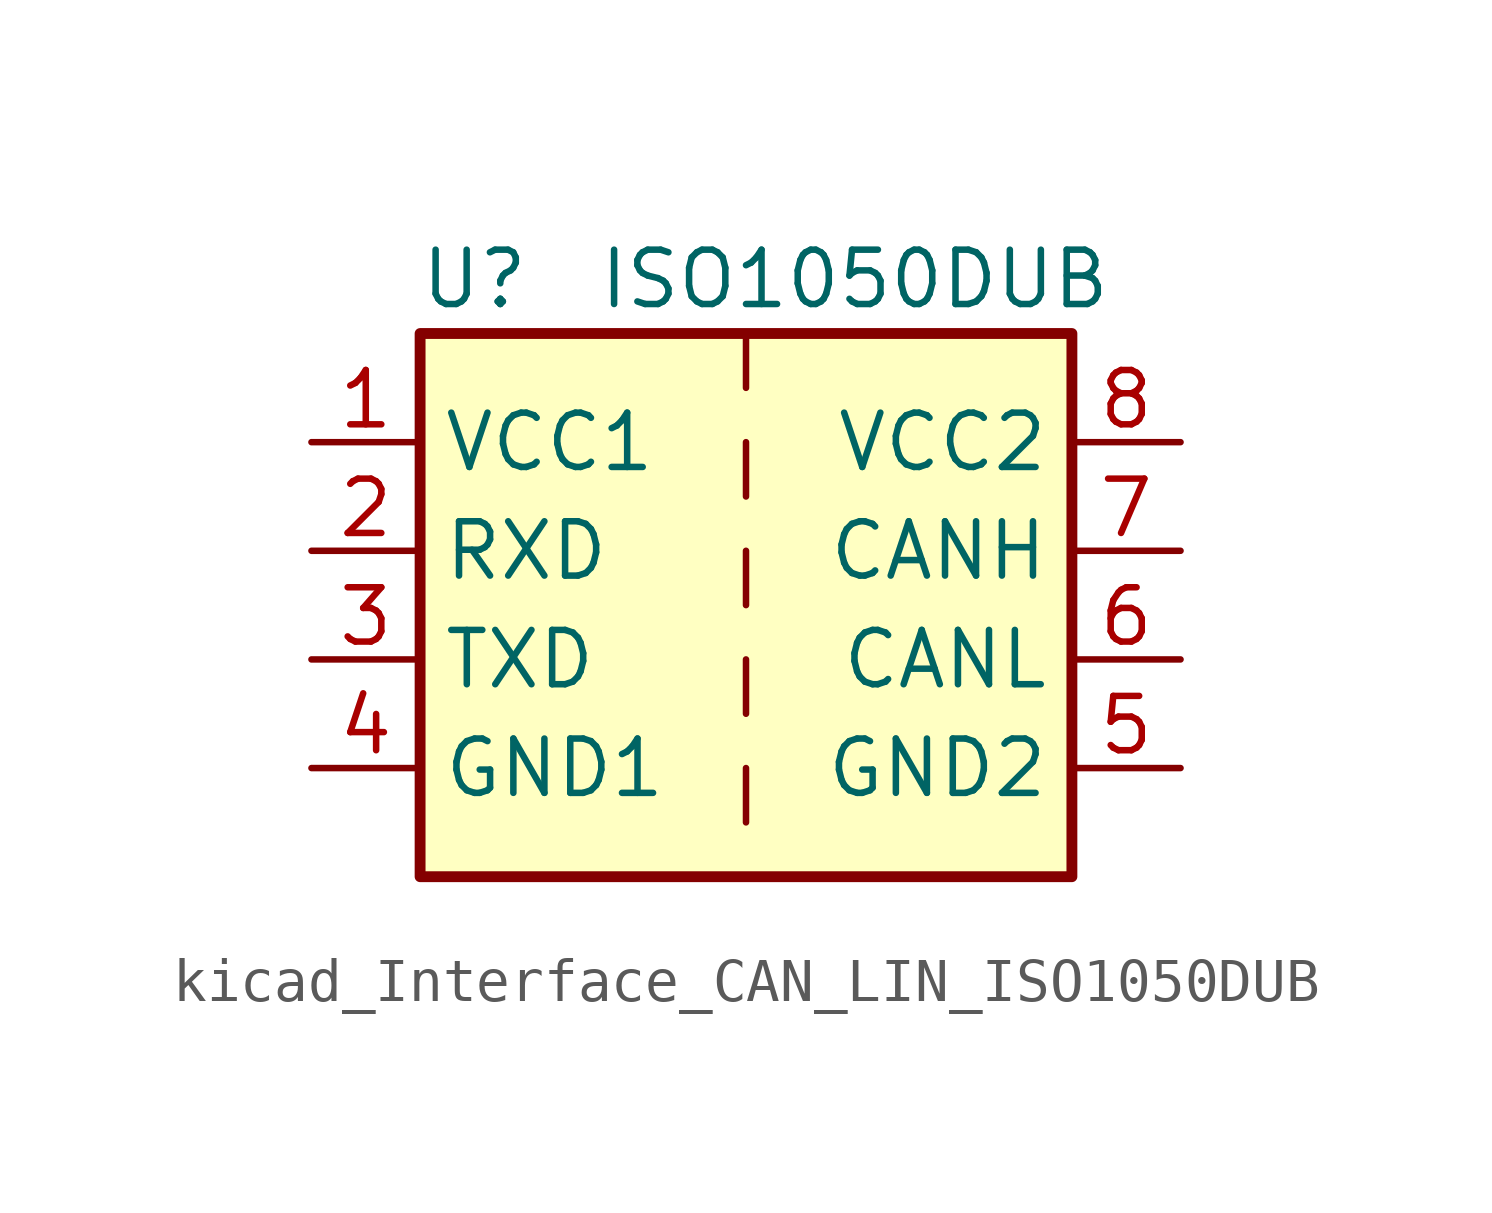
<source format=kicad_sym>
(kicad_symbol_lib
  (version 20220914)
  (generator kicad_symbol_editor)
  (symbol "kicad_Interface_CAN_LIN_ISO1050DUB"
    (property "Reference" "U"
      (at -6.35 6.35 0)
      (effects (font (size 1.27 1.27))))
    (property "Value" "ISO1050DUB"
      (at 2.54 6.35 0)
      (effects (font (size 1.27 1.27))))
    (symbol "kicad_Interface_CAN_LIN_ISO1050DUB_0_1"
      (rectangle (start -7.62 5.08) (end 7.62 -7.62) (stroke (width 0.254) (type default)) (fill (type background)))
      (polyline (pts (xy 0 -5.08) (xy 0 -6.35)) (stroke (width 0) (type default)) (fill (type none)))
      (polyline (pts (xy 0 -2.54) (xy 0 -3.81)) (stroke (width 0) (type default)) (fill (type none)))
      (polyline (pts (xy 0 0) (xy 0 -1.27)) (stroke (width 0) (type default)) (fill (type none)))
      (polyline (pts (xy 0 2.54) (xy 0 1.27)) (stroke (width 0) (type default)) (fill (type none)))
      (polyline (pts (xy 0 5.08) (xy 0 3.81)) (stroke (width 0) (type default)) (fill (type none))))
    (symbol "kicad_Interface_CAN_LIN_ISO1050DUB_1_1"
      (pin power_in line (at -10.16 2.54 0) (length 2.54) (name "VCC1" (effects (font (size 1.27 1.27)))) (number "1" (effects (font (size 1.27 1.27)))))
      (pin output line (at -10.16 0 0) (length 2.54) (name "RXD" (effects (font (size 1.27 1.27)))) (number "2" (effects (font (size 1.27 1.27)))))
      (pin input line (at -10.16 -2.54 0) (length 2.54) (name "TXD" (effects (font (size 1.27 1.27)))) (number "3" (effects (font (size 1.27 1.27)))))
      (pin power_in line (at -10.16 -5.08 0) (length 2.54) (name "GND1" (effects (font (size 1.27 1.27)))) (number "4" (effects (font (size 1.27 1.27)))))
      (pin power_in line (at 10.16 -5.08 180) (length 2.54) (name "GND2" (effects (font (size 1.27 1.27)))) (number "5" (effects (font (size 1.27 1.27)))))
      (pin bidirectional line (at 10.16 -2.54 180) (length 2.54) (name "CANL" (effects (font (size 1.27 1.27)))) (number "6" (effects (font (size 1.27 1.27)))))
      (pin bidirectional line (at 10.16 0 180) (length 2.54) (name "CANH" (effects (font (size 1.27 1.27)))) (number "7" (effects (font (size 1.27 1.27)))))
      (pin power_in line (at 10.16 2.54 180) (length 2.54) (name "VCC2" (effects (font (size 1.27 1.27)))) (number "8" (effects (font (size 1.27 1.27))))))))
</source>
